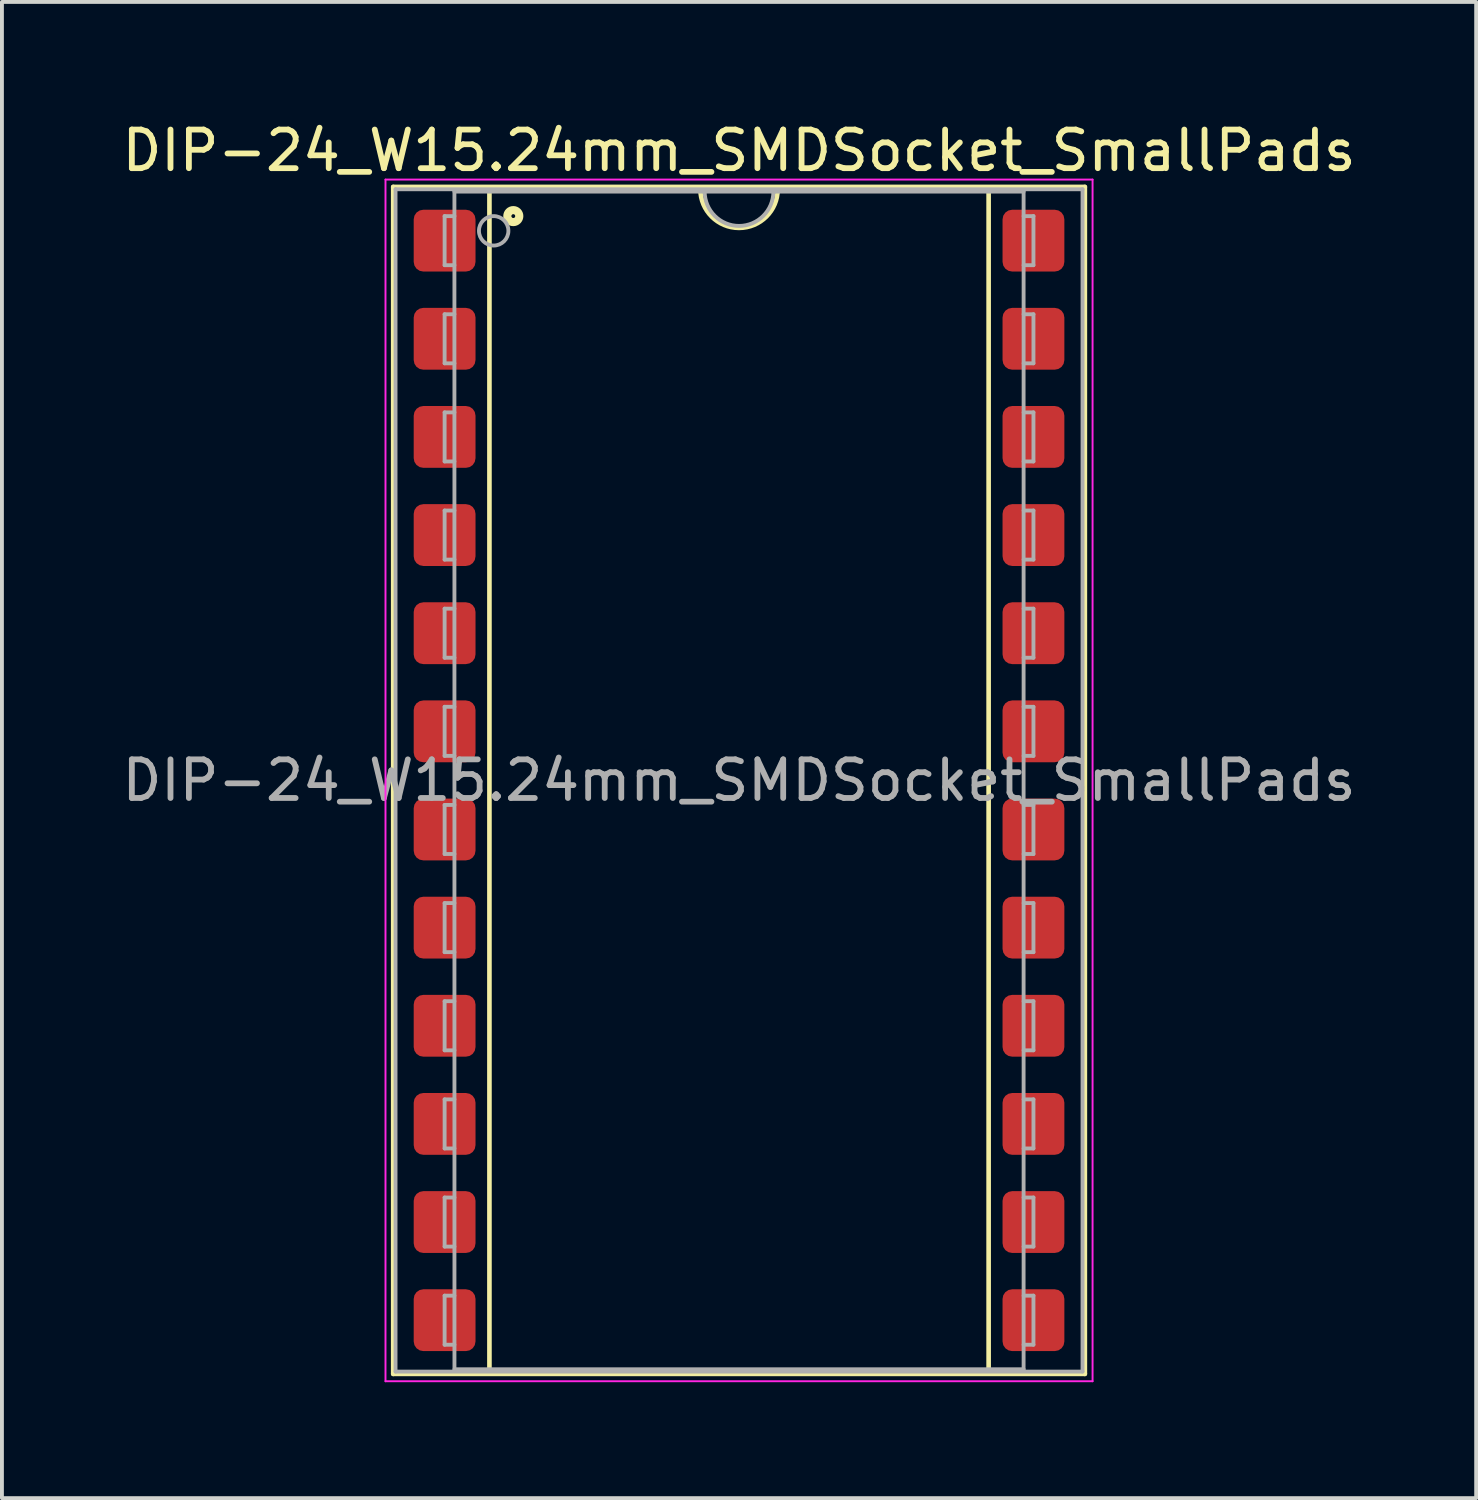
<source format=kicad_pcb>
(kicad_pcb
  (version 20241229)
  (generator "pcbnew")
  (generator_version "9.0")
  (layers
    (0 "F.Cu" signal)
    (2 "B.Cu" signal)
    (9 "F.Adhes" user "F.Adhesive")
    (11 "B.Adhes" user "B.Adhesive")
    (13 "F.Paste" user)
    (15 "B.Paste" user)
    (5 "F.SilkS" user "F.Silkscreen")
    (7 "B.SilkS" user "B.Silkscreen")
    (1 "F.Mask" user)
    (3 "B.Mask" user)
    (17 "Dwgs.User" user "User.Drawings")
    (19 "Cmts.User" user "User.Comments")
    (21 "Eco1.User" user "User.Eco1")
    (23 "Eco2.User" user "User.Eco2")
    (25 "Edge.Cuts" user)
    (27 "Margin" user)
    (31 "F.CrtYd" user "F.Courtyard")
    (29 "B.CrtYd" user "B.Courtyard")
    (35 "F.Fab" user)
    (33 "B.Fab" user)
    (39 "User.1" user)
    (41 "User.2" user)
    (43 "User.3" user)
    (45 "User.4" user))
  (footprint "DIP-24_W15.24mm_SMDSocket_SmallPads"
    (layer "F.Cu")
    (at 16.077 17.148)
    (property "Reference" "DIP-24_W15.24mm_SMDSocket_SmallPads" (at 0 -16.3 0) (layer "F.SilkS") (effects (font (size 1 1) (thickness 0.15))))
    (attr smd)
    (fp_line (start -8.95 -15.36) (end -8.95 15.36) (stroke (width 0.12) (type solid)) (layer "F.SilkS"))
    (fp_line (start -8.95 15.36) (end 8.95 15.36) (stroke (width 0.12) (type solid)) (layer "F.SilkS"))
    (fp_line (start -6.46 -15.3) (end -6.46 15.3) (stroke (width 0.12) (type solid)) (layer "F.SilkS"))
    (fp_line (start -6.46 15.3) (end 6.46 15.3) (stroke (width 0.12) (type solid)) (layer "F.SilkS"))
    (fp_line (start -1 -15.3) (end -6.46 -15.3) (stroke (width 0.12) (type solid)) (layer "F.SilkS"))
    (fp_line (start 6.46 -15.3) (end 1 -15.3) (stroke (width 0.12) (type solid)) (layer "F.SilkS"))
    (fp_line (start 6.46 15.3) (end 6.46 -15.3) (stroke (width 0.12) (type solid)) (layer "F.SilkS"))
    (fp_line (start 8.95 -15.36) (end -8.95 -15.36) (stroke (width 0.12) (type solid)) (layer "F.SilkS"))
    (fp_line (start 8.95 15.36) (end 8.95 -15.36) (stroke (width 0.12) (type solid)) (layer "F.SilkS"))
    (fp_arc (start 1 -15.3) (mid 0 -14.3) (end -1 -15.3) (stroke (width 0.12) (type solid)) (layer "F.SilkS"))
    (fp_circle (center -5.842 -14.605) (end -5.792 -14.605) (stroke (width 0.12) (type solid)) (fill no) (layer "F.SilkS"))
    (fp_circle (center -5.842 -14.605) (end -5.717 -14.605) (stroke (width 0.12) (type solid)) (fill no) (layer "F.SilkS"))
    (fp_circle (center -5.842 -14.605) (end -5.642 -14.605) (stroke (width 0.12) (type solid)) (fill no) (layer "F.SilkS"))
    (fp_line (start -9.15 -15.55) (end -9.15 15.55) (stroke (width 0.05) (type solid)) (layer "F.CrtYd"))
    (fp_line (start -9.15 15.55) (end 9.15 15.55) (stroke (width 0.05) (type solid)) (layer "F.CrtYd"))
    (fp_line (start 9.15 -15.55) (end -9.15 -15.55) (stroke (width 0.05) (type solid)) (layer "F.CrtYd"))
    (fp_line (start 9.15 15.55) (end 9.15 -15.55) (stroke (width 0.05) (type solid)) (layer "F.CrtYd"))
    (fp_line (start -8.89 -15.3) (end -8.89 15.3) (stroke (width 0.1) (type solid)) (layer "F.Fab"))
    (fp_line (start -8.89 15.3) (end 8.89 15.3) (stroke (width 0.1) (type solid)) (layer "F.Fab"))
    (fp_line (start -7.62 -14.605) (end -7.62 -13.335) (stroke (width 0.1) (type solid)) (layer "F.Fab"))
    (fp_line (start -7.62 -14.605) (end -7.366 -14.605) (stroke (width 0.1) (type solid)) (layer "F.Fab"))
    (fp_line (start -7.62 -13.335) (end -7.366 -13.335) (stroke (width 0.1) (type solid)) (layer "F.Fab"))
    (fp_line (start -7.62 -12.065) (end -7.62 -10.795) (stroke (width 0.1) (type solid)) (layer "F.Fab"))
    (fp_line (start -7.62 -12.065) (end -7.366 -12.065) (stroke (width 0.1) (type solid)) (layer "F.Fab"))
    (fp_line (start -7.62 -10.795) (end -7.366 -10.795) (stroke (width 0.1) (type solid)) (layer "F.Fab"))
    (fp_line (start -7.62 -9.525) (end -7.62 -8.255) (stroke (width 0.1) (type solid)) (layer "F.Fab"))
    (fp_line (start -7.62 -9.525) (end -7.366 -9.525) (stroke (width 0.1) (type solid)) (layer "F.Fab"))
    (fp_line (start -7.62 -8.255) (end -7.366 -8.255) (stroke (width 0.1) (type solid)) (layer "F.Fab"))
    (fp_line (start -7.62 -6.985) (end -7.62 -5.715) (stroke (width 0.1) (type solid)) (layer "F.Fab"))
    (fp_line (start -7.62 -6.985) (end -7.366 -6.985) (stroke (width 0.1) (type solid)) (layer "F.Fab"))
    (fp_line (start -7.62 -5.715) (end -7.366 -5.715) (stroke (width 0.1) (type solid)) (layer "F.Fab"))
    (fp_line (start -7.62 -4.445) (end -7.62 -3.175) (stroke (width 0.1) (type solid)) (layer "F.Fab"))
    (fp_line (start -7.62 -4.445) (end -7.366 -4.445) (stroke (width 0.1) (type solid)) (layer "F.Fab"))
    (fp_line (start -7.62 -3.175) (end -7.366 -3.175) (stroke (width 0.1) (type solid)) (layer "F.Fab"))
    (fp_line (start -7.62 -1.905) (end -7.62 -0.635) (stroke (width 0.1) (type solid)) (layer "F.Fab"))
    (fp_line (start -7.62 -1.905) (end -7.366 -1.905) (stroke (width 0.1) (type solid)) (layer "F.Fab"))
    (fp_line (start -7.62 -0.635) (end -7.366 -0.635) (stroke (width 0.1) (type solid)) (layer "F.Fab"))
    (fp_line (start -7.62 0.635) (end -7.62 1.905) (stroke (width 0.1) (type solid)) (layer "F.Fab"))
    (fp_line (start -7.62 0.635) (end -7.366 0.635) (stroke (width 0.1) (type solid)) (layer "F.Fab"))
    (fp_line (start -7.62 1.905) (end -7.366 1.905) (stroke (width 0.1) (type solid)) (layer "F.Fab"))
    (fp_line (start -7.62 3.175) (end -7.62 4.445) (stroke (width 0.1) (type solid)) (layer "F.Fab"))
    (fp_line (start -7.62 3.175) (end -7.366 3.175) (stroke (width 0.1) (type solid)) (layer "F.Fab"))
    (fp_line (start -7.62 4.445) (end -7.366 4.445) (stroke (width 0.1) (type solid)) (layer "F.Fab"))
    (fp_line (start -7.62 5.715) (end -7.62 6.985) (stroke (width 0.1) (type solid)) (layer "F.Fab"))
    (fp_line (start -7.62 5.715) (end -7.366 5.715) (stroke (width 0.1) (type solid)) (layer "F.Fab"))
    (fp_line (start -7.62 6.985) (end -7.366 6.985) (stroke (width 0.1) (type solid)) (layer "F.Fab"))
    (fp_line (start -7.62 8.255) (end -7.62 9.525) (stroke (width 0.1) (type solid)) (layer "F.Fab"))
    (fp_line (start -7.62 8.255) (end -7.366 8.255) (stroke (width 0.1) (type solid)) (layer "F.Fab"))
    (fp_line (start -7.62 9.525) (end -7.366 9.525) (stroke (width 0.1) (type solid)) (layer "F.Fab"))
    (fp_line (start -7.62 10.795) (end -7.62 12.065) (stroke (width 0.1) (type solid)) (layer "F.Fab"))
    (fp_line (start -7.62 10.795) (end -7.366 10.795) (stroke (width 0.1) (type solid)) (layer "F.Fab"))
    (fp_line (start -7.62 12.065) (end -7.366 12.065) (stroke (width 0.1) (type solid)) (layer "F.Fab"))
    (fp_line (start -7.62 13.335) (end -7.62 14.605) (stroke (width 0.1) (type solid)) (layer "F.Fab"))
    (fp_line (start -7.62 13.335) (end -7.366 13.335) (stroke (width 0.1) (type solid)) (layer "F.Fab"))
    (fp_line (start -7.62 14.605) (end -7.366 14.605) (stroke (width 0.1) (type solid)) (layer "F.Fab"))
    (fp_line (start -7.366 -15.24) (end 7.365 -15.24) (stroke (width 0.1) (type solid)) (layer "F.Fab"))
    (fp_line (start -7.365 15.24) (end -7.366 -15.24) (stroke (width 0.1) (type solid)) (layer "F.Fab"))
    (fp_line (start 7.365 -15.24) (end 7.365 15.24) (stroke (width 0.1) (type solid)) (layer "F.Fab"))
    (fp_line (start 7.365 15.24) (end -7.365 15.24) (stroke (width 0.1) (type solid)) (layer "F.Fab"))
    (fp_line (start 7.62 -14.605) (end 7.366 -14.605) (stroke (width 0.1) (type solid)) (layer "F.Fab"))
    (fp_line (start 7.62 -13.335) (end 7.366 -13.335) (stroke (width 0.1) (type solid)) (layer "F.Fab"))
    (fp_line (start 7.62 -13.335) (end 7.62 -14.605) (stroke (width 0.1) (type solid)) (layer "F.Fab"))
    (fp_line (start 7.62 -12.065) (end 7.366 -12.065) (stroke (width 0.1) (type solid)) (layer "F.Fab"))
    (fp_line (start 7.62 -10.795) (end 7.366 -10.795) (stroke (width 0.1) (type solid)) (layer "F.Fab"))
    (fp_line (start 7.62 -10.795) (end 7.62 -12.065) (stroke (width 0.1) (type solid)) (layer "F.Fab"))
    (fp_line (start 7.62 -9.525) (end 7.366 -9.525) (stroke (width 0.1) (type solid)) (layer "F.Fab"))
    (fp_line (start 7.62 -8.255) (end 7.366 -8.255) (stroke (width 0.1) (type solid)) (layer "F.Fab"))
    (fp_line (start 7.62 -8.255) (end 7.62 -9.525) (stroke (width 0.1) (type solid)) (layer "F.Fab"))
    (fp_line (start 7.62 -6.985) (end 7.366 -6.985) (stroke (width 0.1) (type solid)) (layer "F.Fab"))
    (fp_line (start 7.62 -5.715) (end 7.366 -5.715) (stroke (width 0.1) (type solid)) (layer "F.Fab"))
    (fp_line (start 7.62 -5.715) (end 7.62 -6.985) (stroke (width 0.1) (type solid)) (layer "F.Fab"))
    (fp_line (start 7.62 -4.445) (end 7.366 -4.445) (stroke (width 0.1) (type solid)) (layer "F.Fab"))
    (fp_line (start 7.62 -3.175) (end 7.366 -3.175) (stroke (width 0.1) (type solid)) (layer "F.Fab"))
    (fp_line (start 7.62 -3.175) (end 7.62 -4.445) (stroke (width 0.1) (type solid)) (layer "F.Fab"))
    (fp_line (start 7.62 -1.905) (end 7.366 -1.905) (stroke (width 0.1) (type solid)) (layer "F.Fab"))
    (fp_line (start 7.62 -0.635) (end 7.366 -0.635) (stroke (width 0.1) (type solid)) (layer "F.Fab"))
    (fp_line (start 7.62 -0.635) (end 7.62 -1.905) (stroke (width 0.1) (type solid)) (layer "F.Fab"))
    (fp_line (start 7.62 0.635) (end 7.366 0.635) (stroke (width 0.1) (type solid)) (layer "F.Fab"))
    (fp_line (start 7.62 1.905) (end 7.366 1.905) (stroke (width 0.1) (type solid)) (layer "F.Fab"))
    (fp_line (start 7.62 1.905) (end 7.62 0.635) (stroke (width 0.1) (type solid)) (layer "F.Fab"))
    (fp_line (start 7.62 3.175) (end 7.366 3.175) (stroke (width 0.1) (type solid)) (layer "F.Fab"))
    (fp_line (start 7.62 4.445) (end 7.366 4.445) (stroke (width 0.1) (type solid)) (layer "F.Fab"))
    (fp_line (start 7.62 4.445) (end 7.62 3.175) (stroke (width 0.1) (type solid)) (layer "F.Fab"))
    (fp_line (start 7.62 5.715) (end 7.366 5.715) (stroke (width 0.1) (type solid)) (layer "F.Fab"))
    (fp_line (start 7.62 6.985) (end 7.366 6.985) (stroke (width 0.1) (type solid)) (layer "F.Fab"))
    (fp_line (start 7.62 6.985) (end 7.62 5.715) (stroke (width 0.1) (type solid)) (layer "F.Fab"))
    (fp_line (start 7.62 8.255) (end 7.366 8.255) (stroke (width 0.1) (type solid)) (layer "F.Fab"))
    (fp_line (start 7.62 9.525) (end 7.366 9.525) (stroke (width 0.1) (type solid)) (layer "F.Fab"))
    (fp_line (start 7.62 9.525) (end 7.62 8.255) (stroke (width 0.1) (type solid)) (layer "F.Fab"))
    (fp_line (start 7.62 10.795) (end 7.366 10.795) (stroke (width 0.1) (type solid)) (layer "F.Fab"))
    (fp_line (start 7.62 12.065) (end 7.366 12.065) (stroke (width 0.1) (type solid)) (layer "F.Fab"))
    (fp_line (start 7.62 12.065) (end 7.62 10.795) (stroke (width 0.1) (type solid)) (layer "F.Fab"))
    (fp_line (start 7.62 13.335) (end 7.366 13.335) (stroke (width 0.1) (type solid)) (layer "F.Fab"))
    (fp_line (start 7.62 14.605) (end 7.366 14.605) (stroke (width 0.1) (type solid)) (layer "F.Fab"))
    (fp_line (start 7.62 14.605) (end 7.62 13.335) (stroke (width 0.1) (type solid)) (layer "F.Fab"))
    (fp_line (start 8.89 -15.3) (end -8.89 -15.3) (stroke (width 0.1) (type solid)) (layer "F.Fab"))
    (fp_line (start 8.89 15.3) (end 8.89 -15.3) (stroke (width 0.1) (type solid)) (layer "F.Fab"))
    (fp_arc (start 0.889 -15.24) (mid 0 -14.351) (end -0.889 -15.24) (stroke (width 0.1) (type solid)) (layer "F.Fab"))
    (fp_circle (center -6.35 -14.224) (end -5.969 -14.224) (stroke (width 0.1) (type solid)) (fill no) (layer "F.Fab"))
    (fp_text user "${REFERENCE}" (at 0 0 0) (layer "F.Fab") (effects (font (size 1 1) (thickness 0.15))))
    (pad "1" smd roundrect (at -7.62 -13.97) (size 1.6 1.6) (layers "F.Cu" "F.Mask" "F.Paste") (roundrect_rratio 0.156))
    (pad "2" smd roundrect (at -7.62 -11.43) (size 1.6 1.6) (layers "F.Cu" "F.Mask" "F.Paste") (roundrect_rratio 0.156))
    (pad "3" smd roundrect (at -7.62 -8.89) (size 1.6 1.6) (layers "F.Cu" "F.Mask" "F.Paste") (roundrect_rratio 0.156))
    (pad "4" smd roundrect (at -7.62 -6.35) (size 1.6 1.6) (layers "F.Cu" "F.Mask" "F.Paste") (roundrect_rratio 0.156))
    (pad "5" smd roundrect (at -7.62 -3.81) (size 1.6 1.6) (layers "F.Cu" "F.Mask" "F.Paste") (roundrect_rratio 0.156))
    (pad "6" smd roundrect (at -7.62 -1.27) (size 1.6 1.6) (layers "F.Cu" "F.Mask" "F.Paste") (roundrect_rratio 0.156))
    (pad "7" smd roundrect (at -7.62 1.27) (size 1.6 1.6) (layers "F.Cu" "F.Mask" "F.Paste") (roundrect_rratio 0.156))
    (pad "8" smd roundrect (at -7.62 3.81) (size 1.6 1.6) (layers "F.Cu" "F.Mask" "F.Paste") (roundrect_rratio 0.156))
    (pad "9" smd roundrect (at -7.62 6.35) (size 1.6 1.6) (layers "F.Cu" "F.Mask" "F.Paste") (roundrect_rratio 0.156))
    (pad "10" smd roundrect (at -7.62 8.89) (size 1.6 1.6) (layers "F.Cu" "F.Mask" "F.Paste") (roundrect_rratio 0.156))
    (pad "11" smd roundrect (at -7.62 11.43) (size 1.6 1.6) (layers "F.Cu" "F.Mask" "F.Paste") (roundrect_rratio 0.156))
    (pad "12" smd roundrect (at -7.62 13.97) (size 1.6 1.6) (layers "F.Cu" "F.Mask" "F.Paste") (roundrect_rratio 0.156))
    (pad "13" smd roundrect (at 7.62 13.97) (size 1.6 1.6) (layers "F.Cu" "F.Mask" "F.Paste") (roundrect_rratio 0.156))
    (pad "14" smd roundrect (at 7.62 11.43) (size 1.6 1.6) (layers "F.Cu" "F.Mask" "F.Paste") (roundrect_rratio 0.156))
    (pad "15" smd roundrect (at 7.62 8.89) (size 1.6 1.6) (layers "F.Cu" "F.Mask" "F.Paste") (roundrect_rratio 0.156))
    (pad "16" smd roundrect (at 7.62 6.35) (size 1.6 1.6) (layers "F.Cu" "F.Mask" "F.Paste") (roundrect_rratio 0.156))
    (pad "17" smd roundrect (at 7.62 3.81) (size 1.6 1.6) (layers "F.Cu" "F.Mask" "F.Paste") (roundrect_rratio 0.156))
    (pad "18" smd roundrect (at 7.62 1.27) (size 1.6 1.6) (layers "F.Cu" "F.Mask" "F.Paste") (roundrect_rratio 0.156))
    (pad "19" smd roundrect (at 7.62 -1.27) (size 1.6 1.6) (layers "F.Cu" "F.Mask" "F.Paste") (roundrect_rratio 0.156))
    (pad "20" smd roundrect (at 7.62 -3.81) (size 1.6 1.6) (layers "F.Cu" "F.Mask" "F.Paste") (roundrect_rratio 0.156))
    (pad "21" smd roundrect (at 7.62 -6.35) (size 1.6 1.6) (layers "F.Cu" "F.Mask" "F.Paste") (roundrect_rratio 0.156))
    (pad "22" smd roundrect (at 7.62 -8.89) (size 1.6 1.6) (layers "F.Cu" "F.Mask" "F.Paste") (roundrect_rratio 0.156))
    (pad "23" smd roundrect (at 7.62 -11.43) (size 1.6 1.6) (layers "F.Cu" "F.Mask" "F.Paste") (roundrect_rratio 0.156))
    (pad "24" smd roundrect (at 7.62 -13.97) (size 1.6 1.6) (layers "F.Cu" "F.Mask" "F.Paste") (roundrect_rratio 0.156)))
  (gr_rect
    (start -3 -3)
    (end 35.155 35.723)
    (stroke (width 0.1) (type default))
    (fill no)
    (layer "Edge.Cuts")))
</source>
